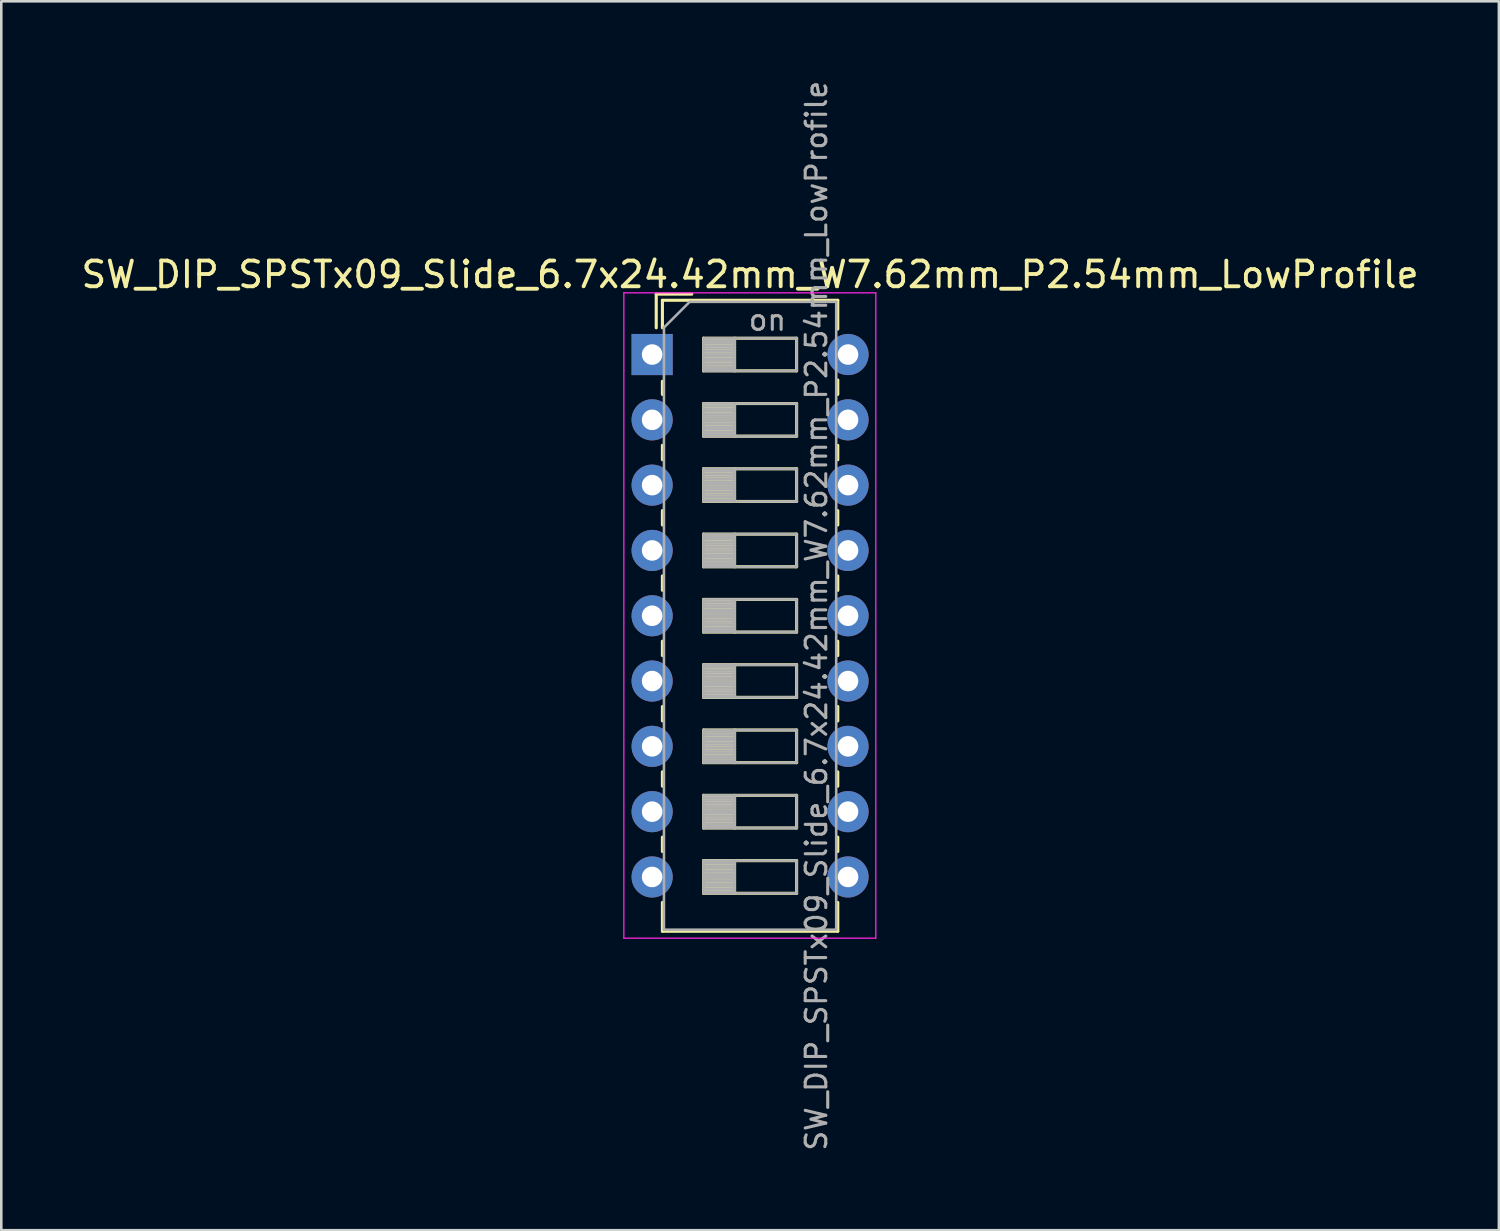
<source format=kicad_pcb>
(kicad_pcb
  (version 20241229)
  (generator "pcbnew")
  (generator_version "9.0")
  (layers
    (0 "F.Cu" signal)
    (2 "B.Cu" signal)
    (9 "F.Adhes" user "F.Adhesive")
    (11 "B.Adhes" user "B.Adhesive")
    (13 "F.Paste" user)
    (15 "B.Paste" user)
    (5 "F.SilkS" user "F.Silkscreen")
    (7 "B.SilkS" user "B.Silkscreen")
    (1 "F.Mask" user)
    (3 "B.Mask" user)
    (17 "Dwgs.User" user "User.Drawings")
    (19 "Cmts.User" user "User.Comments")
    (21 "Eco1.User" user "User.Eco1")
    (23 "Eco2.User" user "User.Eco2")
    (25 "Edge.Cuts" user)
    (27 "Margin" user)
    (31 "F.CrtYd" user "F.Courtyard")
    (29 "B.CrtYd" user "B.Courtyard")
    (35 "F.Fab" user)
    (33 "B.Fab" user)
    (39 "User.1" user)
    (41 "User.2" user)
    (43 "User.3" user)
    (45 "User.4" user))
  (footprint "SW_DIP_SPSTx09_Slide_6.7x24.42mm_W7.62mm_P2.54mm_LowProfile"
    (layer "F.Cu")
    (at 22.315 10.74)
    (property "Reference" "SW_DIP_SPSTx09_Slide_6.7x24.42mm_W7.62mm_P2.54mm_LowProfile" (at 3.81 -3.11 0) (layer "F.SilkS") (effects (font (size 1 1) (thickness 0.15))))
    (attr through_hole)
    (fp_line (start 0.16 -2.35) (end 0.16 -1.04) (stroke (width 0.12) (type solid)) (layer "F.SilkS"))
    (fp_line (start 0.16 -2.35) (end 1.543 -2.35) (stroke (width 0.12) (type solid)) (layer "F.SilkS"))
    (fp_line (start 0.4 -2.11) (end 0.4 -1.04) (stroke (width 0.12) (type solid)) (layer "F.SilkS"))
    (fp_line (start 0.4 -2.11) (end 7.221 -2.11) (stroke (width 0.12) (type solid)) (layer "F.SilkS"))
    (fp_line (start 0.4 1.04) (end 0.4 1.551) (stroke (width 0.12) (type solid)) (layer "F.SilkS"))
    (fp_line (start 0.4 3.53) (end 0.4 4.091) (stroke (width 0.12) (type solid)) (layer "F.SilkS"))
    (fp_line (start 0.4 6.07) (end 0.4 6.631) (stroke (width 0.12) (type solid)) (layer "F.SilkS"))
    (fp_line (start 0.4 8.61) (end 0.4 9.17) (stroke (width 0.12) (type solid)) (layer "F.SilkS"))
    (fp_line (start 0.4 11.15) (end 0.4 11.71) (stroke (width 0.12) (type solid)) (layer "F.SilkS"))
    (fp_line (start 0.4 13.69) (end 0.4 14.25) (stroke (width 0.12) (type solid)) (layer "F.SilkS"))
    (fp_line (start 0.4 16.23) (end 0.4 16.79) (stroke (width 0.12) (type solid)) (layer "F.SilkS"))
    (fp_line (start 0.4 18.77) (end 0.4 19.33) (stroke (width 0.12) (type solid)) (layer "F.SilkS"))
    (fp_line (start 0.4 21.31) (end 0.4 22.431) (stroke (width 0.12) (type solid)) (layer "F.SilkS"))
    (fp_line (start 0.4 22.431) (end 7.221 22.431) (stroke (width 0.12) (type solid)) (layer "F.SilkS"))
    (fp_line (start 2 -0.635) (end 2 0.635) (stroke (width 0.12) (type solid)) (layer "F.SilkS"))
    (fp_line (start 2 -0.515) (end 3.207 -0.515) (stroke (width 0.12) (type solid)) (layer "F.SilkS"))
    (fp_line (start 2 -0.395) (end 3.207 -0.395) (stroke (width 0.12) (type solid)) (layer "F.SilkS"))
    (fp_line (start 2 -0.275) (end 3.207 -0.275) (stroke (width 0.12) (type solid)) (layer "F.SilkS"))
    (fp_line (start 2 -0.155) (end 3.207 -0.155) (stroke (width 0.12) (type solid)) (layer "F.SilkS"))
    (fp_line (start 2 -0.035) (end 3.207 -0.035) (stroke (width 0.12) (type solid)) (layer "F.SilkS"))
    (fp_line (start 2 0.085) (end 3.207 0.085) (stroke (width 0.12) (type solid)) (layer "F.SilkS"))
    (fp_line (start 2 0.205) (end 3.207 0.205) (stroke (width 0.12) (type solid)) (layer "F.SilkS"))
    (fp_line (start 2 0.325) (end 3.207 0.325) (stroke (width 0.12) (type solid)) (layer "F.SilkS"))
    (fp_line (start 2 0.445) (end 3.207 0.445) (stroke (width 0.12) (type solid)) (layer "F.SilkS"))
    (fp_line (start 2 0.565) (end 3.207 0.565) (stroke (width 0.12) (type solid)) (layer "F.SilkS"))
    (fp_line (start 2 0.635) (end 5.62 0.635) (stroke (width 0.12) (type solid)) (layer "F.SilkS"))
    (fp_line (start 2 1.905) (end 2 3.175) (stroke (width 0.12) (type solid)) (layer "F.SilkS"))
    (fp_line (start 2 2.025) (end 3.207 2.025) (stroke (width 0.12) (type solid)) (layer "F.SilkS"))
    (fp_line (start 2 2.145) (end 3.207 2.145) (stroke (width 0.12) (type solid)) (layer "F.SilkS"))
    (fp_line (start 2 2.265) (end 3.207 2.265) (stroke (width 0.12) (type solid)) (layer "F.SilkS"))
    (fp_line (start 2 2.385) (end 3.207 2.385) (stroke (width 0.12) (type solid)) (layer "F.SilkS"))
    (fp_line (start 2 2.505) (end 3.207 2.505) (stroke (width 0.12) (type solid)) (layer "F.SilkS"))
    (fp_line (start 2 2.625) (end 3.207 2.625) (stroke (width 0.12) (type solid)) (layer "F.SilkS"))
    (fp_line (start 2 2.745) (end 3.207 2.745) (stroke (width 0.12) (type solid)) (layer "F.SilkS"))
    (fp_line (start 2 2.865) (end 3.207 2.865) (stroke (width 0.12) (type solid)) (layer "F.SilkS"))
    (fp_line (start 2 2.985) (end 3.207 2.985) (stroke (width 0.12) (type solid)) (layer "F.SilkS"))
    (fp_line (start 2 3.105) (end 3.207 3.105) (stroke (width 0.12) (type solid)) (layer "F.SilkS"))
    (fp_line (start 2 3.175) (end 5.62 3.175) (stroke (width 0.12) (type solid)) (layer "F.SilkS"))
    (fp_line (start 2 4.445) (end 2 5.715) (stroke (width 0.12) (type solid)) (layer "F.SilkS"))
    (fp_line (start 2 4.565) (end 3.207 4.565) (stroke (width 0.12) (type solid)) (layer "F.SilkS"))
    (fp_line (start 2 4.685) (end 3.207 4.685) (stroke (width 0.12) (type solid)) (layer "F.SilkS"))
    (fp_line (start 2 4.805) (end 3.207 4.805) (stroke (width 0.12) (type solid)) (layer "F.SilkS"))
    (fp_line (start 2 4.925) (end 3.207 4.925) (stroke (width 0.12) (type solid)) (layer "F.SilkS"))
    (fp_line (start 2 5.045) (end 3.207 5.045) (stroke (width 0.12) (type solid)) (layer "F.SilkS"))
    (fp_line (start 2 5.165) (end 3.207 5.165) (stroke (width 0.12) (type solid)) (layer "F.SilkS"))
    (fp_line (start 2 5.285) (end 3.207 5.285) (stroke (width 0.12) (type solid)) (layer "F.SilkS"))
    (fp_line (start 2 5.405) (end 3.207 5.405) (stroke (width 0.12) (type solid)) (layer "F.SilkS"))
    (fp_line (start 2 5.525) (end 3.207 5.525) (stroke (width 0.12) (type solid)) (layer "F.SilkS"))
    (fp_line (start 2 5.645) (end 3.207 5.645) (stroke (width 0.12) (type solid)) (layer "F.SilkS"))
    (fp_line (start 2 5.715) (end 5.62 5.715) (stroke (width 0.12) (type solid)) (layer "F.SilkS"))
    (fp_line (start 2 6.985) (end 2 8.255) (stroke (width 0.12) (type solid)) (layer "F.SilkS"))
    (fp_line (start 2 7.105) (end 3.207 7.105) (stroke (width 0.12) (type solid)) (layer "F.SilkS"))
    (fp_line (start 2 7.225) (end 3.207 7.225) (stroke (width 0.12) (type solid)) (layer "F.SilkS"))
    (fp_line (start 2 7.345) (end 3.207 7.345) (stroke (width 0.12) (type solid)) (layer "F.SilkS"))
    (fp_line (start 2 7.465) (end 3.207 7.465) (stroke (width 0.12) (type solid)) (layer "F.SilkS"))
    (fp_line (start 2 7.585) (end 3.207 7.585) (stroke (width 0.12) (type solid)) (layer "F.SilkS"))
    (fp_line (start 2 7.705) (end 3.207 7.705) (stroke (width 0.12) (type solid)) (layer "F.SilkS"))
    (fp_line (start 2 7.825) (end 3.207 7.825) (stroke (width 0.12) (type solid)) (layer "F.SilkS"))
    (fp_line (start 2 7.945) (end 3.207 7.945) (stroke (width 0.12) (type solid)) (layer "F.SilkS"))
    (fp_line (start 2 8.065) (end 3.207 8.065) (stroke (width 0.12) (type solid)) (layer "F.SilkS"))
    (fp_line (start 2 8.185) (end 3.207 8.185) (stroke (width 0.12) (type solid)) (layer "F.SilkS"))
    (fp_line (start 2 8.255) (end 5.62 8.255) (stroke (width 0.12) (type solid)) (layer "F.SilkS"))
    (fp_line (start 2 9.525) (end 2 10.795) (stroke (width 0.12) (type solid)) (layer "F.SilkS"))
    (fp_line (start 2 9.645) (end 3.207 9.645) (stroke (width 0.12) (type solid)) (layer "F.SilkS"))
    (fp_line (start 2 9.765) (end 3.207 9.765) (stroke (width 0.12) (type solid)) (layer "F.SilkS"))
    (fp_line (start 2 9.885) (end 3.207 9.885) (stroke (width 0.12) (type solid)) (layer "F.SilkS"))
    (fp_line (start 2 10.005) (end 3.207 10.005) (stroke (width 0.12) (type solid)) (layer "F.SilkS"))
    (fp_line (start 2 10.125) (end 3.207 10.125) (stroke (width 0.12) (type solid)) (layer "F.SilkS"))
    (fp_line (start 2 10.245) (end 3.207 10.245) (stroke (width 0.12) (type solid)) (layer "F.SilkS"))
    (fp_line (start 2 10.365) (end 3.207 10.365) (stroke (width 0.12) (type solid)) (layer "F.SilkS"))
    (fp_line (start 2 10.485) (end 3.207 10.485) (stroke (width 0.12) (type solid)) (layer "F.SilkS"))
    (fp_line (start 2 10.605) (end 3.207 10.605) (stroke (width 0.12) (type solid)) (layer "F.SilkS"))
    (fp_line (start 2 10.725) (end 3.207 10.725) (stroke (width 0.12) (type solid)) (layer "F.SilkS"))
    (fp_line (start 2 10.795) (end 5.62 10.795) (stroke (width 0.12) (type solid)) (layer "F.SilkS"))
    (fp_line (start 2 12.065) (end 2 13.335) (stroke (width 0.12) (type solid)) (layer "F.SilkS"))
    (fp_line (start 2 12.185) (end 3.207 12.185) (stroke (width 0.12) (type solid)) (layer "F.SilkS"))
    (fp_line (start 2 12.305) (end 3.207 12.305) (stroke (width 0.12) (type solid)) (layer "F.SilkS"))
    (fp_line (start 2 12.425) (end 3.207 12.425) (stroke (width 0.12) (type solid)) (layer "F.SilkS"))
    (fp_line (start 2 12.545) (end 3.207 12.545) (stroke (width 0.12) (type solid)) (layer "F.SilkS"))
    (fp_line (start 2 12.665) (end 3.207 12.665) (stroke (width 0.12) (type solid)) (layer "F.SilkS"))
    (fp_line (start 2 12.785) (end 3.207 12.785) (stroke (width 0.12) (type solid)) (layer "F.SilkS"))
    (fp_line (start 2 12.905) (end 3.207 12.905) (stroke (width 0.12) (type solid)) (layer "F.SilkS"))
    (fp_line (start 2 13.025) (end 3.207 13.025) (stroke (width 0.12) (type solid)) (layer "F.SilkS"))
    (fp_line (start 2 13.145) (end 3.207 13.145) (stroke (width 0.12) (type solid)) (layer "F.SilkS"))
    (fp_line (start 2 13.265) (end 3.207 13.265) (stroke (width 0.12) (type solid)) (layer "F.SilkS"))
    (fp_line (start 2 13.335) (end 5.62 13.335) (stroke (width 0.12) (type solid)) (layer "F.SilkS"))
    (fp_line (start 2 14.605) (end 2 15.875) (stroke (width 0.12) (type solid)) (layer "F.SilkS"))
    (fp_line (start 2 14.725) (end 3.207 14.725) (stroke (width 0.12) (type solid)) (layer "F.SilkS"))
    (fp_line (start 2 14.845) (end 3.207 14.845) (stroke (width 0.12) (type solid)) (layer "F.SilkS"))
    (fp_line (start 2 14.965) (end 3.207 14.965) (stroke (width 0.12) (type solid)) (layer "F.SilkS"))
    (fp_line (start 2 15.085) (end 3.207 15.085) (stroke (width 0.12) (type solid)) (layer "F.SilkS"))
    (fp_line (start 2 15.205) (end 3.207 15.205) (stroke (width 0.12) (type solid)) (layer "F.SilkS"))
    (fp_line (start 2 15.325) (end 3.207 15.325) (stroke (width 0.12) (type solid)) (layer "F.SilkS"))
    (fp_line (start 2 15.445) (end 3.207 15.445) (stroke (width 0.12) (type solid)) (layer "F.SilkS"))
    (fp_line (start 2 15.565) (end 3.207 15.565) (stroke (width 0.12) (type solid)) (layer "F.SilkS"))
    (fp_line (start 2 15.685) (end 3.207 15.685) (stroke (width 0.12) (type solid)) (layer "F.SilkS"))
    (fp_line (start 2 15.805) (end 3.207 15.805) (stroke (width 0.12) (type solid)) (layer "F.SilkS"))
    (fp_line (start 2 15.875) (end 5.62 15.875) (stroke (width 0.12) (type solid)) (layer "F.SilkS"))
    (fp_line (start 2 17.145) (end 2 18.415) (stroke (width 0.12) (type solid)) (layer "F.SilkS"))
    (fp_line (start 2 17.265) (end 3.207 17.265) (stroke (width 0.12) (type solid)) (layer "F.SilkS"))
    (fp_line (start 2 17.385) (end 3.207 17.385) (stroke (width 0.12) (type solid)) (layer "F.SilkS"))
    (fp_line (start 2 17.505) (end 3.207 17.505) (stroke (width 0.12) (type solid)) (layer "F.SilkS"))
    (fp_line (start 2 17.625) (end 3.207 17.625) (stroke (width 0.12) (type solid)) (layer "F.SilkS"))
    (fp_line (start 2 17.745) (end 3.207 17.745) (stroke (width 0.12) (type solid)) (layer "F.SilkS"))
    (fp_line (start 2 17.865) (end 3.207 17.865) (stroke (width 0.12) (type solid)) (layer "F.SilkS"))
    (fp_line (start 2 17.985) (end 3.207 17.985) (stroke (width 0.12) (type solid)) (layer "F.SilkS"))
    (fp_line (start 2 18.105) (end 3.207 18.105) (stroke (width 0.12) (type solid)) (layer "F.SilkS"))
    (fp_line (start 2 18.225) (end 3.207 18.225) (stroke (width 0.12) (type solid)) (layer "F.SilkS"))
    (fp_line (start 2 18.345) (end 3.207 18.345) (stroke (width 0.12) (type solid)) (layer "F.SilkS"))
    (fp_line (start 2 18.415) (end 5.62 18.415) (stroke (width 0.12) (type solid)) (layer "F.SilkS"))
    (fp_line (start 2 19.685) (end 2 20.955) (stroke (width 0.12) (type solid)) (layer "F.SilkS"))
    (fp_line (start 2 19.805) (end 3.207 19.805) (stroke (width 0.12) (type solid)) (layer "F.SilkS"))
    (fp_line (start 2 19.925) (end 3.207 19.925) (stroke (width 0.12) (type solid)) (layer "F.SilkS"))
    (fp_line (start 2 20.045) (end 3.207 20.045) (stroke (width 0.12) (type solid)) (layer "F.SilkS"))
    (fp_line (start 2 20.165) (end 3.207 20.165) (stroke (width 0.12) (type solid)) (layer "F.SilkS"))
    (fp_line (start 2 20.285) (end 3.207 20.285) (stroke (width 0.12) (type solid)) (layer "F.SilkS"))
    (fp_line (start 2 20.405) (end 3.207 20.405) (stroke (width 0.12) (type solid)) (layer "F.SilkS"))
    (fp_line (start 2 20.525) (end 3.207 20.525) (stroke (width 0.12) (type solid)) (layer "F.SilkS"))
    (fp_line (start 2 20.645) (end 3.207 20.645) (stroke (width 0.12) (type solid)) (layer "F.SilkS"))
    (fp_line (start 2 20.765) (end 3.207 20.765) (stroke (width 0.12) (type solid)) (layer "F.SilkS"))
    (fp_line (start 2 20.885) (end 3.207 20.885) (stroke (width 0.12) (type solid)) (layer "F.SilkS"))
    (fp_line (start 2 20.955) (end 5.62 20.955) (stroke (width 0.12) (type solid)) (layer "F.SilkS"))
    (fp_line (start 3.207 -0.635) (end 3.207 0.635) (stroke (width 0.12) (type solid)) (layer "F.SilkS"))
    (fp_line (start 3.207 1.905) (end 3.207 3.175) (stroke (width 0.12) (type solid)) (layer "F.SilkS"))
    (fp_line (start 3.207 4.445) (end 3.207 5.715) (stroke (width 0.12) (type solid)) (layer "F.SilkS"))
    (fp_line (start 3.207 6.985) (end 3.207 8.255) (stroke (width 0.12) (type solid)) (layer "F.SilkS"))
    (fp_line (start 3.207 9.525) (end 3.207 10.795) (stroke (width 0.12) (type solid)) (layer "F.SilkS"))
    (fp_line (start 3.207 12.065) (end 3.207 13.335) (stroke (width 0.12) (type solid)) (layer "F.SilkS"))
    (fp_line (start 3.207 14.605) (end 3.207 15.875) (stroke (width 0.12) (type solid)) (layer "F.SilkS"))
    (fp_line (start 3.207 17.145) (end 3.207 18.415) (stroke (width 0.12) (type solid)) (layer "F.SilkS"))
    (fp_line (start 3.207 19.685) (end 3.207 20.955) (stroke (width 0.12) (type solid)) (layer "F.SilkS"))
    (fp_line (start 5.62 -0.635) (end 2 -0.635) (stroke (width 0.12) (type solid)) (layer "F.SilkS"))
    (fp_line (start 5.62 0.635) (end 5.62 -0.635) (stroke (width 0.12) (type solid)) (layer "F.SilkS"))
    (fp_line (start 5.62 1.905) (end 2 1.905) (stroke (width 0.12) (type solid)) (layer "F.SilkS"))
    (fp_line (start 5.62 3.175) (end 5.62 1.905) (stroke (width 0.12) (type solid)) (layer "F.SilkS"))
    (fp_line (start 5.62 4.445) (end 2 4.445) (stroke (width 0.12) (type solid)) (layer "F.SilkS"))
    (fp_line (start 5.62 5.715) (end 5.62 4.445) (stroke (width 0.12) (type solid)) (layer "F.SilkS"))
    (fp_line (start 5.62 6.985) (end 2 6.985) (stroke (width 0.12) (type solid)) (layer "F.SilkS"))
    (fp_line (start 5.62 8.255) (end 5.62 6.985) (stroke (width 0.12) (type solid)) (layer "F.SilkS"))
    (fp_line (start 5.62 9.525) (end 2 9.525) (stroke (width 0.12) (type solid)) (layer "F.SilkS"))
    (fp_line (start 5.62 10.795) (end 5.62 9.525) (stroke (width 0.12) (type solid)) (layer "F.SilkS"))
    (fp_line (start 5.62 12.065) (end 2 12.065) (stroke (width 0.12) (type solid)) (layer "F.SilkS"))
    (fp_line (start 5.62 13.335) (end 5.62 12.065) (stroke (width 0.12) (type solid)) (layer "F.SilkS"))
    (fp_line (start 5.62 14.605) (end 2 14.605) (stroke (width 0.12) (type solid)) (layer "F.SilkS"))
    (fp_line (start 5.62 15.875) (end 5.62 14.605) (stroke (width 0.12) (type solid)) (layer "F.SilkS"))
    (fp_line (start 5.62 17.145) (end 2 17.145) (stroke (width 0.12) (type solid)) (layer "F.SilkS"))
    (fp_line (start 5.62 18.415) (end 5.62 17.145) (stroke (width 0.12) (type solid)) (layer "F.SilkS"))
    (fp_line (start 5.62 19.685) (end 2 19.685) (stroke (width 0.12) (type solid)) (layer "F.SilkS"))
    (fp_line (start 5.62 20.955) (end 5.62 19.685) (stroke (width 0.12) (type solid)) (layer "F.SilkS"))
    (fp_line (start 7.221 -2.11) (end 7.221 -0.99) (stroke (width 0.12) (type solid)) (layer "F.SilkS"))
    (fp_line (start 7.221 0.991) (end 7.221 1.551) (stroke (width 0.12) (type solid)) (layer "F.SilkS"))
    (fp_line (start 7.221 3.531) (end 7.221 4.091) (stroke (width 0.12) (type solid)) (layer "F.SilkS"))
    (fp_line (start 7.221 6.071) (end 7.221 6.631) (stroke (width 0.12) (type solid)) (layer "F.SilkS"))
    (fp_line (start 7.221 8.611) (end 7.221 9.171) (stroke (width 0.12) (type solid)) (layer "F.SilkS"))
    (fp_line (start 7.221 11.151) (end 7.221 11.711) (stroke (width 0.12) (type solid)) (layer "F.SilkS"))
    (fp_line (start 7.221 13.691) (end 7.221 14.251) (stroke (width 0.12) (type solid)) (layer "F.SilkS"))
    (fp_line (start 7.221 16.231) (end 7.221 16.79) (stroke (width 0.12) (type solid)) (layer "F.SilkS"))
    (fp_line (start 7.221 18.771) (end 7.221 19.33) (stroke (width 0.12) (type solid)) (layer "F.SilkS"))
    (fp_line (start 7.221 21.311) (end 7.221 22.431) (stroke (width 0.12) (type solid)) (layer "F.SilkS"))
    (fp_line (start -1.1 -2.4) (end -1.1 22.7) (stroke (width 0.05) (type solid)) (layer "F.CrtYd"))
    (fp_line (start -1.1 22.7) (end 8.7 22.7) (stroke (width 0.05) (type solid)) (layer "F.CrtYd"))
    (fp_line (start 8.7 -2.4) (end -1.1 -2.4) (stroke (width 0.05) (type solid)) (layer "F.CrtYd"))
    (fp_line (start 8.7 22.7) (end 8.7 -2.4) (stroke (width 0.05) (type solid)) (layer "F.CrtYd"))
    (fp_line (start 0.46 -1.05) (end 1.46 -2.05) (stroke (width 0.1) (type solid)) (layer "F.Fab"))
    (fp_line (start 0.46 22.37) (end 0.46 -1.05) (stroke (width 0.1) (type solid)) (layer "F.Fab"))
    (fp_line (start 1.46 -2.05) (end 7.16 -2.05) (stroke (width 0.1) (type solid)) (layer "F.Fab"))
    (fp_line (start 2 -0.635) (end 2 0.635) (stroke (width 0.1) (type solid)) (layer "F.Fab"))
    (fp_line (start 2 -0.535) (end 3.207 -0.535) (stroke (width 0.1) (type solid)) (layer "F.Fab"))
    (fp_line (start 2 -0.435) (end 3.207 -0.435) (stroke (width 0.1) (type solid)) (layer "F.Fab"))
    (fp_line (start 2 -0.335) (end 3.207 -0.335) (stroke (width 0.1) (type solid)) (layer "F.Fab"))
    (fp_line (start 2 -0.235) (end 3.207 -0.235) (stroke (width 0.1) (type solid)) (layer "F.Fab"))
    (fp_line (start 2 -0.135) (end 3.207 -0.135) (stroke (width 0.1) (type solid)) (layer "F.Fab"))
    (fp_line (start 2 -0.035) (end 3.207 -0.035) (stroke (width 0.1) (type solid)) (layer "F.Fab"))
    (fp_line (start 2 0.065) (end 3.207 0.065) (stroke (width 0.1) (type solid)) (layer "F.Fab"))
    (fp_line (start 2 0.165) (end 3.207 0.165) (stroke (width 0.1) (type solid)) (layer "F.Fab"))
    (fp_line (start 2 0.265) (end 3.207 0.265) (stroke (width 0.1) (type solid)) (layer "F.Fab"))
    (fp_line (start 2 0.365) (end 3.207 0.365) (stroke (width 0.1) (type solid)) (layer "F.Fab"))
    (fp_line (start 2 0.465) (end 3.207 0.465) (stroke (width 0.1) (type solid)) (layer "F.Fab"))
    (fp_line (start 2 0.565) (end 3.207 0.565) (stroke (width 0.1) (type solid)) (layer "F.Fab"))
    (fp_line (start 2 0.635) (end 5.62 0.635) (stroke (width 0.1) (type solid)) (layer "F.Fab"))
    (fp_line (start 2 1.905) (end 2 3.175) (stroke (width 0.1) (type solid)) (layer "F.Fab"))
    (fp_line (start 2 2.005) (end 3.207 2.005) (stroke (width 0.1) (type solid)) (layer "F.Fab"))
    (fp_line (start 2 2.105) (end 3.207 2.105) (stroke (width 0.1) (type solid)) (layer "F.Fab"))
    (fp_line (start 2 2.205) (end 3.207 2.205) (stroke (width 0.1) (type solid)) (layer "F.Fab"))
    (fp_line (start 2 2.305) (end 3.207 2.305) (stroke (width 0.1) (type solid)) (layer "F.Fab"))
    (fp_line (start 2 2.405) (end 3.207 2.405) (stroke (width 0.1) (type solid)) (layer "F.Fab"))
    (fp_line (start 2 2.505) (end 3.207 2.505) (stroke (width 0.1) (type solid)) (layer "F.Fab"))
    (fp_line (start 2 2.605) (end 3.207 2.605) (stroke (width 0.1) (type solid)) (layer "F.Fab"))
    (fp_line (start 2 2.705) (end 3.207 2.705) (stroke (width 0.1) (type solid)) (layer "F.Fab"))
    (fp_line (start 2 2.805) (end 3.207 2.805) (stroke (width 0.1) (type solid)) (layer "F.Fab"))
    (fp_line (start 2 2.905) (end 3.207 2.905) (stroke (width 0.1) (type solid)) (layer "F.Fab"))
    (fp_line (start 2 3.005) (end 3.207 3.005) (stroke (width 0.1) (type solid)) (layer "F.Fab"))
    (fp_line (start 2 3.105) (end 3.207 3.105) (stroke (width 0.1) (type solid)) (layer "F.Fab"))
    (fp_line (start 2 3.175) (end 5.62 3.175) (stroke (width 0.1) (type solid)) (layer "F.Fab"))
    (fp_line (start 2 4.445) (end 2 5.715) (stroke (width 0.1) (type solid)) (layer "F.Fab"))
    (fp_line (start 2 4.545) (end 3.207 4.545) (stroke (width 0.1) (type solid)) (layer "F.Fab"))
    (fp_line (start 2 4.645) (end 3.207 4.645) (stroke (width 0.1) (type solid)) (layer "F.Fab"))
    (fp_line (start 2 4.745) (end 3.207 4.745) (stroke (width 0.1) (type solid)) (layer "F.Fab"))
    (fp_line (start 2 4.845) (end 3.207 4.845) (stroke (width 0.1) (type solid)) (layer "F.Fab"))
    (fp_line (start 2 4.945) (end 3.207 4.945) (stroke (width 0.1) (type solid)) (layer "F.Fab"))
    (fp_line (start 2 5.045) (end 3.207 5.045) (stroke (width 0.1) (type solid)) (layer "F.Fab"))
    (fp_line (start 2 5.145) (end 3.207 5.145) (stroke (width 0.1) (type solid)) (layer "F.Fab"))
    (fp_line (start 2 5.245) (end 3.207 5.245) (stroke (width 0.1) (type solid)) (layer "F.Fab"))
    (fp_line (start 2 5.345) (end 3.207 5.345) (stroke (width 0.1) (type solid)) (layer "F.Fab"))
    (fp_line (start 2 5.445) (end 3.207 5.445) (stroke (width 0.1) (type solid)) (layer "F.Fab"))
    (fp_line (start 2 5.545) (end 3.207 5.545) (stroke (width 0.1) (type solid)) (layer "F.Fab"))
    (fp_line (start 2 5.645) (end 3.207 5.645) (stroke (width 0.1) (type solid)) (layer "F.Fab"))
    (fp_line (start 2 5.715) (end 5.62 5.715) (stroke (width 0.1) (type solid)) (layer "F.Fab"))
    (fp_line (start 2 6.985) (end 2 8.255) (stroke (width 0.1) (type solid)) (layer "F.Fab"))
    (fp_line (start 2 7.085) (end 3.207 7.085) (stroke (width 0.1) (type solid)) (layer "F.Fab"))
    (fp_line (start 2 7.185) (end 3.207 7.185) (stroke (width 0.1) (type solid)) (layer "F.Fab"))
    (fp_line (start 2 7.285) (end 3.207 7.285) (stroke (width 0.1) (type solid)) (layer "F.Fab"))
    (fp_line (start 2 7.385) (end 3.207 7.385) (stroke (width 0.1) (type solid)) (layer "F.Fab"))
    (fp_line (start 2 7.485) (end 3.207 7.485) (stroke (width 0.1) (type solid)) (layer "F.Fab"))
    (fp_line (start 2 7.585) (end 3.207 7.585) (stroke (width 0.1) (type solid)) (layer "F.Fab"))
    (fp_line (start 2 7.685) (end 3.207 7.685) (stroke (width 0.1) (type solid)) (layer "F.Fab"))
    (fp_line (start 2 7.785) (end 3.207 7.785) (stroke (width 0.1) (type solid)) (layer "F.Fab"))
    (fp_line (start 2 7.885) (end 3.207 7.885) (stroke (width 0.1) (type solid)) (layer "F.Fab"))
    (fp_line (start 2 7.985) (end 3.207 7.985) (stroke (width 0.1) (type solid)) (layer "F.Fab"))
    (fp_line (start 2 8.085) (end 3.207 8.085) (stroke (width 0.1) (type solid)) (layer "F.Fab"))
    (fp_line (start 2 8.185) (end 3.207 8.185) (stroke (width 0.1) (type solid)) (layer "F.Fab"))
    (fp_line (start 2 8.255) (end 5.62 8.255) (stroke (width 0.1) (type solid)) (layer "F.Fab"))
    (fp_line (start 2 9.525) (end 2 10.795) (stroke (width 0.1) (type solid)) (layer "F.Fab"))
    (fp_line (start 2 9.625) (end 3.207 9.625) (stroke (width 0.1) (type solid)) (layer "F.Fab"))
    (fp_line (start 2 9.725) (end 3.207 9.725) (stroke (width 0.1) (type solid)) (layer "F.Fab"))
    (fp_line (start 2 9.825) (end 3.207 9.825) (stroke (width 0.1) (type solid)) (layer "F.Fab"))
    (fp_line (start 2 9.925) (end 3.207 9.925) (stroke (width 0.1) (type solid)) (layer "F.Fab"))
    (fp_line (start 2 10.025) (end 3.207 10.025) (stroke (width 0.1) (type solid)) (layer "F.Fab"))
    (fp_line (start 2 10.125) (end 3.207 10.125) (stroke (width 0.1) (type solid)) (layer "F.Fab"))
    (fp_line (start 2 10.225) (end 3.207 10.225) (stroke (width 0.1) (type solid)) (layer "F.Fab"))
    (fp_line (start 2 10.325) (end 3.207 10.325) (stroke (width 0.1) (type solid)) (layer "F.Fab"))
    (fp_line (start 2 10.425) (end 3.207 10.425) (stroke (width 0.1) (type solid)) (layer "F.Fab"))
    (fp_line (start 2 10.525) (end 3.207 10.525) (stroke (width 0.1) (type solid)) (layer "F.Fab"))
    (fp_line (start 2 10.625) (end 3.207 10.625) (stroke (width 0.1) (type solid)) (layer "F.Fab"))
    (fp_line (start 2 10.725) (end 3.207 10.725) (stroke (width 0.1) (type solid)) (layer "F.Fab"))
    (fp_line (start 2 10.795) (end 5.62 10.795) (stroke (width 0.1) (type solid)) (layer "F.Fab"))
    (fp_line (start 2 12.065) (end 2 13.335) (stroke (width 0.1) (type solid)) (layer "F.Fab"))
    (fp_line (start 2 12.165) (end 3.207 12.165) (stroke (width 0.1) (type solid)) (layer "F.Fab"))
    (fp_line (start 2 12.265) (end 3.207 12.265) (stroke (width 0.1) (type solid)) (layer "F.Fab"))
    (fp_line (start 2 12.365) (end 3.207 12.365) (stroke (width 0.1) (type solid)) (layer "F.Fab"))
    (fp_line (start 2 12.465) (end 3.207 12.465) (stroke (width 0.1) (type solid)) (layer "F.Fab"))
    (fp_line (start 2 12.565) (end 3.207 12.565) (stroke (width 0.1) (type solid)) (layer "F.Fab"))
    (fp_line (start 2 12.665) (end 3.207 12.665) (stroke (width 0.1) (type solid)) (layer "F.Fab"))
    (fp_line (start 2 12.765) (end 3.207 12.765) (stroke (width 0.1) (type solid)) (layer "F.Fab"))
    (fp_line (start 2 12.865) (end 3.207 12.865) (stroke (width 0.1) (type solid)) (layer "F.Fab"))
    (fp_line (start 2 12.965) (end 3.207 12.965) (stroke (width 0.1) (type solid)) (layer "F.Fab"))
    (fp_line (start 2 13.065) (end 3.207 13.065) (stroke (width 0.1) (type solid)) (layer "F.Fab"))
    (fp_line (start 2 13.165) (end 3.207 13.165) (stroke (width 0.1) (type solid)) (layer "F.Fab"))
    (fp_line (start 2 13.265) (end 3.207 13.265) (stroke (width 0.1) (type solid)) (layer "F.Fab"))
    (fp_line (start 2 13.335) (end 5.62 13.335) (stroke (width 0.1) (type solid)) (layer "F.Fab"))
    (fp_line (start 2 14.605) (end 2 15.875) (stroke (width 0.1) (type solid)) (layer "F.Fab"))
    (fp_line (start 2 14.705) (end 3.207 14.705) (stroke (width 0.1) (type solid)) (layer "F.Fab"))
    (fp_line (start 2 14.805) (end 3.207 14.805) (stroke (width 0.1) (type solid)) (layer "F.Fab"))
    (fp_line (start 2 14.905) (end 3.207 14.905) (stroke (width 0.1) (type solid)) (layer "F.Fab"))
    (fp_line (start 2 15.005) (end 3.207 15.005) (stroke (width 0.1) (type solid)) (layer "F.Fab"))
    (fp_line (start 2 15.105) (end 3.207 15.105) (stroke (width 0.1) (type solid)) (layer "F.Fab"))
    (fp_line (start 2 15.205) (end 3.207 15.205) (stroke (width 0.1) (type solid)) (layer "F.Fab"))
    (fp_line (start 2 15.305) (end 3.207 15.305) (stroke (width 0.1) (type solid)) (layer "F.Fab"))
    (fp_line (start 2 15.405) (end 3.207 15.405) (stroke (width 0.1) (type solid)) (layer "F.Fab"))
    (fp_line (start 2 15.505) (end 3.207 15.505) (stroke (width 0.1) (type solid)) (layer "F.Fab"))
    (fp_line (start 2 15.605) (end 3.207 15.605) (stroke (width 0.1) (type solid)) (layer "F.Fab"))
    (fp_line (start 2 15.705) (end 3.207 15.705) (stroke (width 0.1) (type solid)) (layer "F.Fab"))
    (fp_line (start 2 15.805) (end 3.207 15.805) (stroke (width 0.1) (type solid)) (layer "F.Fab"))
    (fp_line (start 2 15.875) (end 5.62 15.875) (stroke (width 0.1) (type solid)) (layer "F.Fab"))
    (fp_line (start 2 17.145) (end 2 18.415) (stroke (width 0.1) (type solid)) (layer "F.Fab"))
    (fp_line (start 2 17.245) (end 3.207 17.245) (stroke (width 0.1) (type solid)) (layer "F.Fab"))
    (fp_line (start 2 17.345) (end 3.207 17.345) (stroke (width 0.1) (type solid)) (layer "F.Fab"))
    (fp_line (start 2 17.445) (end 3.207 17.445) (stroke (width 0.1) (type solid)) (layer "F.Fab"))
    (fp_line (start 2 17.545) (end 3.207 17.545) (stroke (width 0.1) (type solid)) (layer "F.Fab"))
    (fp_line (start 2 17.645) (end 3.207 17.645) (stroke (width 0.1) (type solid)) (layer "F.Fab"))
    (fp_line (start 2 17.745) (end 3.207 17.745) (stroke (width 0.1) (type solid)) (layer "F.Fab"))
    (fp_line (start 2 17.845) (end 3.207 17.845) (stroke (width 0.1) (type solid)) (layer "F.Fab"))
    (fp_line (start 2 17.945) (end 3.207 17.945) (stroke (width 0.1) (type solid)) (layer "F.Fab"))
    (fp_line (start 2 18.045) (end 3.207 18.045) (stroke (width 0.1) (type solid)) (layer "F.Fab"))
    (fp_line (start 2 18.145) (end 3.207 18.145) (stroke (width 0.1) (type solid)) (layer "F.Fab"))
    (fp_line (start 2 18.245) (end 3.207 18.245) (stroke (width 0.1) (type solid)) (layer "F.Fab"))
    (fp_line (start 2 18.345) (end 3.207 18.345) (stroke (width 0.1) (type solid)) (layer "F.Fab"))
    (fp_line (start 2 18.415) (end 5.62 18.415) (stroke (width 0.1) (type solid)) (layer "F.Fab"))
    (fp_line (start 2 19.685) (end 2 20.955) (stroke (width 0.1) (type solid)) (layer "F.Fab"))
    (fp_line (start 2 19.785) (end 3.207 19.785) (stroke (width 0.1) (type solid)) (layer "F.Fab"))
    (fp_line (start 2 19.885) (end 3.207 19.885) (stroke (width 0.1) (type solid)) (layer "F.Fab"))
    (fp_line (start 2 19.985) (end 3.207 19.985) (stroke (width 0.1) (type solid)) (layer "F.Fab"))
    (fp_line (start 2 20.085) (end 3.207 20.085) (stroke (width 0.1) (type solid)) (layer "F.Fab"))
    (fp_line (start 2 20.185) (end 3.207 20.185) (stroke (width 0.1) (type solid)) (layer "F.Fab"))
    (fp_line (start 2 20.285) (end 3.207 20.285) (stroke (width 0.1) (type solid)) (layer "F.Fab"))
    (fp_line (start 2 20.385) (end 3.207 20.385) (stroke (width 0.1) (type solid)) (layer "F.Fab"))
    (fp_line (start 2 20.485) (end 3.207 20.485) (stroke (width 0.1) (type solid)) (layer "F.Fab"))
    (fp_line (start 2 20.585) (end 3.207 20.585) (stroke (width 0.1) (type solid)) (layer "F.Fab"))
    (fp_line (start 2 20.685) (end 3.207 20.685) (stroke (width 0.1) (type solid)) (layer "F.Fab"))
    (fp_line (start 2 20.785) (end 3.207 20.785) (stroke (width 0.1) (type solid)) (layer "F.Fab"))
    (fp_line (start 2 20.885) (end 3.207 20.885) (stroke (width 0.1) (type solid)) (layer "F.Fab"))
    (fp_line (start 2 20.955) (end 5.62 20.955) (stroke (width 0.1) (type solid)) (layer "F.Fab"))
    (fp_line (start 3.207 -0.635) (end 3.207 0.635) (stroke (width 0.1) (type solid)) (layer "F.Fab"))
    (fp_line (start 3.207 1.905) (end 3.207 3.175) (stroke (width 0.1) (type solid)) (layer "F.Fab"))
    (fp_line (start 3.207 4.445) (end 3.207 5.715) (stroke (width 0.1) (type solid)) (layer "F.Fab"))
    (fp_line (start 3.207 6.985) (end 3.207 8.255) (stroke (width 0.1) (type solid)) (layer "F.Fab"))
    (fp_line (start 3.207 9.525) (end 3.207 10.795) (stroke (width 0.1) (type solid)) (layer "F.Fab"))
    (fp_line (start 3.207 12.065) (end 3.207 13.335) (stroke (width 0.1) (type solid)) (layer "F.Fab"))
    (fp_line (start 3.207 14.605) (end 3.207 15.875) (stroke (width 0.1) (type solid)) (layer "F.Fab"))
    (fp_line (start 3.207 17.145) (end 3.207 18.415) (stroke (width 0.1) (type solid)) (layer "F.Fab"))
    (fp_line (start 3.207 19.685) (end 3.207 20.955) (stroke (width 0.1) (type solid)) (layer "F.Fab"))
    (fp_line (start 5.62 -0.635) (end 2 -0.635) (stroke (width 0.1) (type solid)) (layer "F.Fab"))
    (fp_line (start 5.62 0.635) (end 5.62 -0.635) (stroke (width 0.1) (type solid)) (layer "F.Fab"))
    (fp_line (start 5.62 1.905) (end 2 1.905) (stroke (width 0.1) (type solid)) (layer "F.Fab"))
    (fp_line (start 5.62 3.175) (end 5.62 1.905) (stroke (width 0.1) (type solid)) (layer "F.Fab"))
    (fp_line (start 5.62 4.445) (end 2 4.445) (stroke (width 0.1) (type solid)) (layer "F.Fab"))
    (fp_line (start 5.62 5.715) (end 5.62 4.445) (stroke (width 0.1) (type solid)) (layer "F.Fab"))
    (fp_line (start 5.62 6.985) (end 2 6.985) (stroke (width 0.1) (type solid)) (layer "F.Fab"))
    (fp_line (start 5.62 8.255) (end 5.62 6.985) (stroke (width 0.1) (type solid)) (layer "F.Fab"))
    (fp_line (start 5.62 9.525) (end 2 9.525) (stroke (width 0.1) (type solid)) (layer "F.Fab"))
    (fp_line (start 5.62 10.795) (end 5.62 9.525) (stroke (width 0.1) (type solid)) (layer "F.Fab"))
    (fp_line (start 5.62 12.065) (end 2 12.065) (stroke (width 0.1) (type solid)) (layer "F.Fab"))
    (fp_line (start 5.62 13.335) (end 5.62 12.065) (stroke (width 0.1) (type solid)) (layer "F.Fab"))
    (fp_line (start 5.62 14.605) (end 2 14.605) (stroke (width 0.1) (type solid)) (layer "F.Fab"))
    (fp_line (start 5.62 15.875) (end 5.62 14.605) (stroke (width 0.1) (type solid)) (layer "F.Fab"))
    (fp_line (start 5.62 17.145) (end 2 17.145) (stroke (width 0.1) (type solid)) (layer "F.Fab"))
    (fp_line (start 5.62 18.415) (end 5.62 17.145) (stroke (width 0.1) (type solid)) (layer "F.Fab"))
    (fp_line (start 5.62 19.685) (end 2 19.685) (stroke (width 0.1) (type solid)) (layer "F.Fab"))
    (fp_line (start 5.62 20.955) (end 5.62 19.685) (stroke (width 0.1) (type solid)) (layer "F.Fab"))
    (fp_line (start 7.16 -2.05) (end 7.16 22.37) (stroke (width 0.1) (type solid)) (layer "F.Fab"))
    (fp_line (start 7.16 22.37) (end 0.46 22.37) (stroke (width 0.1) (type solid)) (layer "F.Fab"))
    (fp_text user "${REFERENCE}" (at 6.39 10.16 90) (layer "F.Fab") (effects (font (size 0.8 0.8) (thickness 0.12))))
    (fp_text user "on" (at 4.485 -1.343 0) (layer "F.Fab") (effects (font (size 0.8 0.8) (thickness 0.12))))
    (pad "1" thru_hole rect (at 0 0) (size 1.6 1.6) (drill 0.8) (layers "*.Cu" "*.Mask"))
    (pad "2" thru_hole oval (at 0 2.54) (size 1.6 1.6) (drill 0.8) (layers "*.Cu" "*.Mask"))
    (pad "3" thru_hole oval (at 0 5.08) (size 1.6 1.6) (drill 0.8) (layers "*.Cu" "*.Mask"))
    (pad "4" thru_hole oval (at 0 7.62) (size 1.6 1.6) (drill 0.8) (layers "*.Cu" "*.Mask"))
    (pad "5" thru_hole oval (at 0 10.16) (size 1.6 1.6) (drill 0.8) (layers "*.Cu" "*.Mask"))
    (pad "6" thru_hole oval (at 0 12.7) (size 1.6 1.6) (drill 0.8) (layers "*.Cu" "*.Mask"))
    (pad "7" thru_hole oval (at 0 15.24) (size 1.6 1.6) (drill 0.8) (layers "*.Cu" "*.Mask"))
    (pad "8" thru_hole oval (at 0 17.78) (size 1.6 1.6) (drill 0.8) (layers "*.Cu" "*.Mask"))
    (pad "9" thru_hole oval (at 0 20.32) (size 1.6 1.6) (drill 0.8) (layers "*.Cu" "*.Mask"))
    (pad "10" thru_hole oval (at 7.62 20.32) (size 1.6 1.6) (drill 0.8) (layers "*.Cu" "*.Mask"))
    (pad "11" thru_hole oval (at 7.62 17.78) (size 1.6 1.6) (drill 0.8) (layers "*.Cu" "*.Mask"))
    (pad "12" thru_hole oval (at 7.62 15.24) (size 1.6 1.6) (drill 0.8) (layers "*.Cu" "*.Mask"))
    (pad "13" thru_hole oval (at 7.62 12.7) (size 1.6 1.6) (drill 0.8) (layers "*.Cu" "*.Mask"))
    (pad "14" thru_hole oval (at 7.62 10.16) (size 1.6 1.6) (drill 0.8) (layers "*.Cu" "*.Mask"))
    (pad "15" thru_hole oval (at 7.62 7.62) (size 1.6 1.6) (drill 0.8) (layers "*.Cu" "*.Mask"))
    (pad "16" thru_hole oval (at 7.62 5.08) (size 1.6 1.6) (drill 0.8) (layers "*.Cu" "*.Mask"))
    (pad "17" thru_hole oval (at 7.62 2.54) (size 1.6 1.6) (drill 0.8) (layers "*.Cu" "*.Mask"))
    (pad "18" thru_hole oval (at 7.62 0) (size 1.6 1.6) (drill 0.8) (layers "*.Cu" "*.Mask")))
  (gr_rect
    (start -3 -3)
    (end 55.25 44.8)
    (stroke (width 0.1) (type default))
    (fill no)
    (layer "Edge.Cuts")))
</source>
